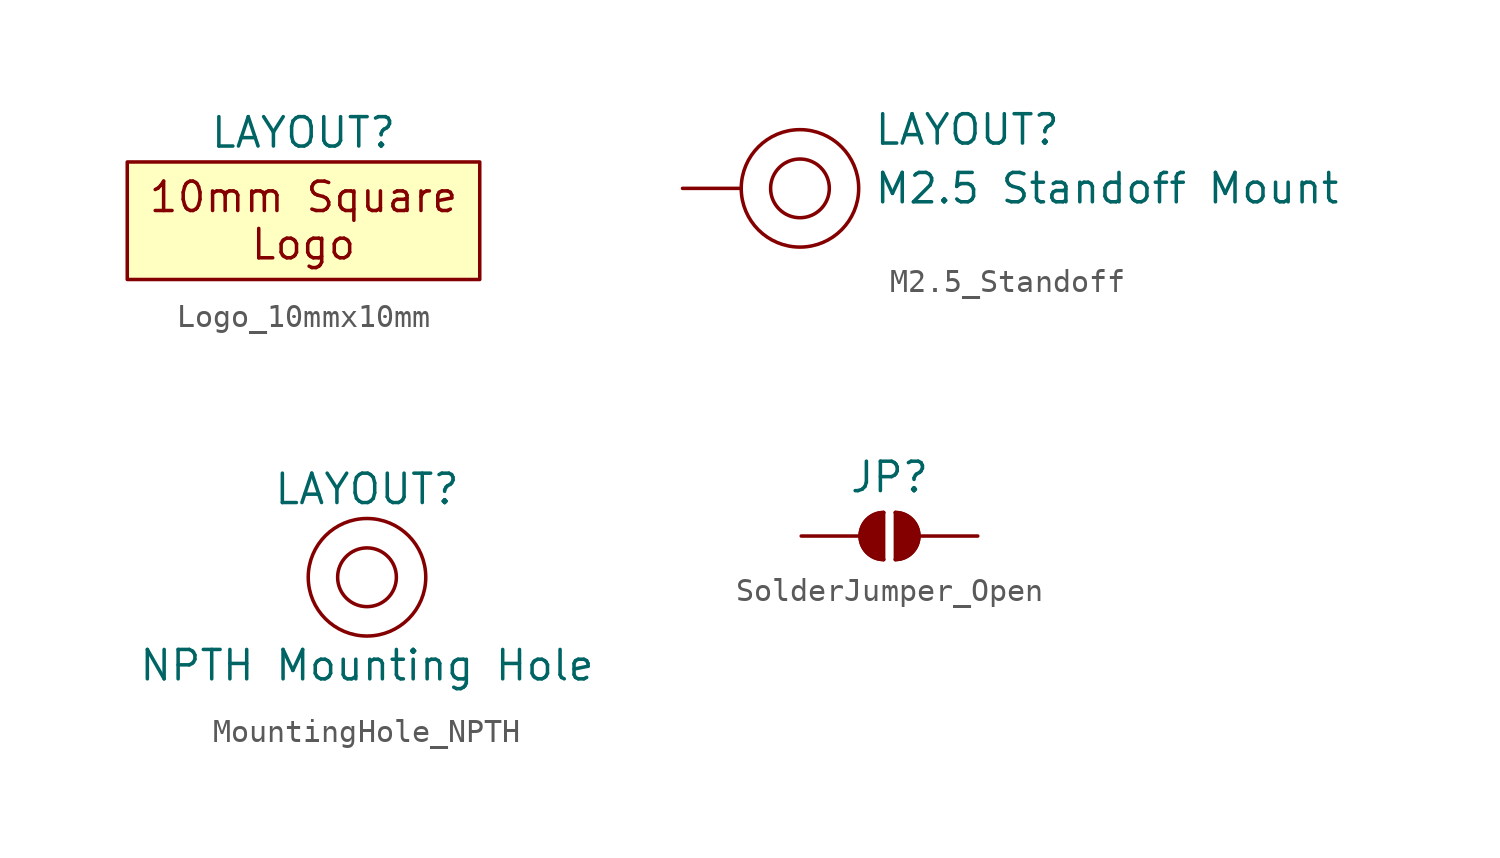
<source format=kicad_sym>
(kicad_symbol_lib
  (version 20220914)
  (generator kicad_symbol_editor)
  (symbol "Logo_10mmx10mm"
    (property "Reference" "LAYOUT"
      (at 0 3.81 0)
      (effects (font (size 1.27 1.27))))
    (property "Value" ""
      (at 0 0 0)
      (effects (font (size 1.27 1.27))))
    (symbol "Logo_10mmx10mm_1_1"
      (rectangle (start -7.62 2.54) (end 7.62 -2.54) (stroke (width 0) (type default)) (fill (type background)))
      (text "10mm Square\nLogo" (at 0 0 0) (effects (font (size 1.27 1.27))))))
  (symbol "M2.5_Standoff"
    (pin_numbers hide)
    (pin_names hide)
    (property "Reference" "LAYOUT"
      (at 3.175 2.54 0)
      (do_not_autoplace)
      (effects (font (size 1.27 1.27)) (justify left)))
    (property "Value" "M2.5 Standoff Mount"
      (at 3.175 0 0)
      (do_not_autoplace)
      (effects (font (size 1.27 1.27)) (justify left)))
    (symbol "M2.5_Standoff_0_1"
      (circle (center 0 0) (radius 1.27) (stroke (width 0) (type default)) (fill (type none)))
      (circle (center 0 0) (radius 2.54) (stroke (width 0) (type default)) (fill (type none))))
    (symbol "M2.5_Standoff_1_1"
      (pin passive line (at -5.08 0 0) (length 2.54) (name "" (effects (font (size 1.27 1.27)))) (number "1" (effects (font (size 1.27 1.27)))))))
  (symbol "MountingHole_NPTH"
    (property "Reference" "LAYOUT"
      (at 0 3.81 0)
      (effects (font (size 1.27 1.27))))
    (property "Value" "NPTH Mounting Hole"
      (at 0 -3.81 0)
      (effects (font (size 1.27 1.27))))
    (symbol "MountingHole_NPTH_0_1"
      (circle (center 0 0) (radius 1.27) (stroke (width 0) (type default)) (fill (type none)))
      (circle (center 0 0) (radius 2.54) (stroke (width 0) (type default)) (fill (type none)))))
  (symbol "SolderJumper_Open"
    (pin_numbers hide)
    (pin_names hide)
    (property "Reference" "JP"
      (at 0 2.54 0)
      (effects (font (size 1.27 1.27))))
    (property "Value" ""
      (at 0 0 0)
      (effects (font (size 1.27 1.27))))
    (symbol "SolderJumper_Open_0_1"
      (arc (start -0.254 1.016) (mid -1.2656 0) (end -0.254 -1.016) (stroke (width 0) (type default)) (fill (type none)))
      (arc (start -0.254 1.016) (mid -1.2656 0) (end -0.254 -1.016) (stroke (width 0) (type default)) (fill (type outline)))
      (polyline (pts (xy -0.254 1.016) (xy -0.254 -1.016)) (stroke (width 0) (type default)) (fill (type none)))
      (polyline (pts (xy 0.254 1.016) (xy 0.254 -1.016)) (stroke (width 0) (type default)) (fill (type none)))
      (arc (start 0.254 -1.016) (mid 1.2656 0) (end 0.254 1.016) (stroke (width 0) (type default)) (fill (type none)))
      (arc (start 0.254 -1.016) (mid 1.2656 0) (end 0.254 1.016) (stroke (width 0) (type default)) (fill (type outline))))
    (symbol "SolderJumper_Open_1_1"
      (pin passive line (at -3.81 0 0) (length 2.54) (name "A" (effects (font (size 1.27 1.27)))) (number "1" (effects (font (size 1.27 1.27)))))
      (pin passive line (at 3.81 0 180) (length 2.54) (name "B" (effects (font (size 1.27 1.27)))) (number "2" (effects (font (size 1.27 1.27))))))))
</source>
